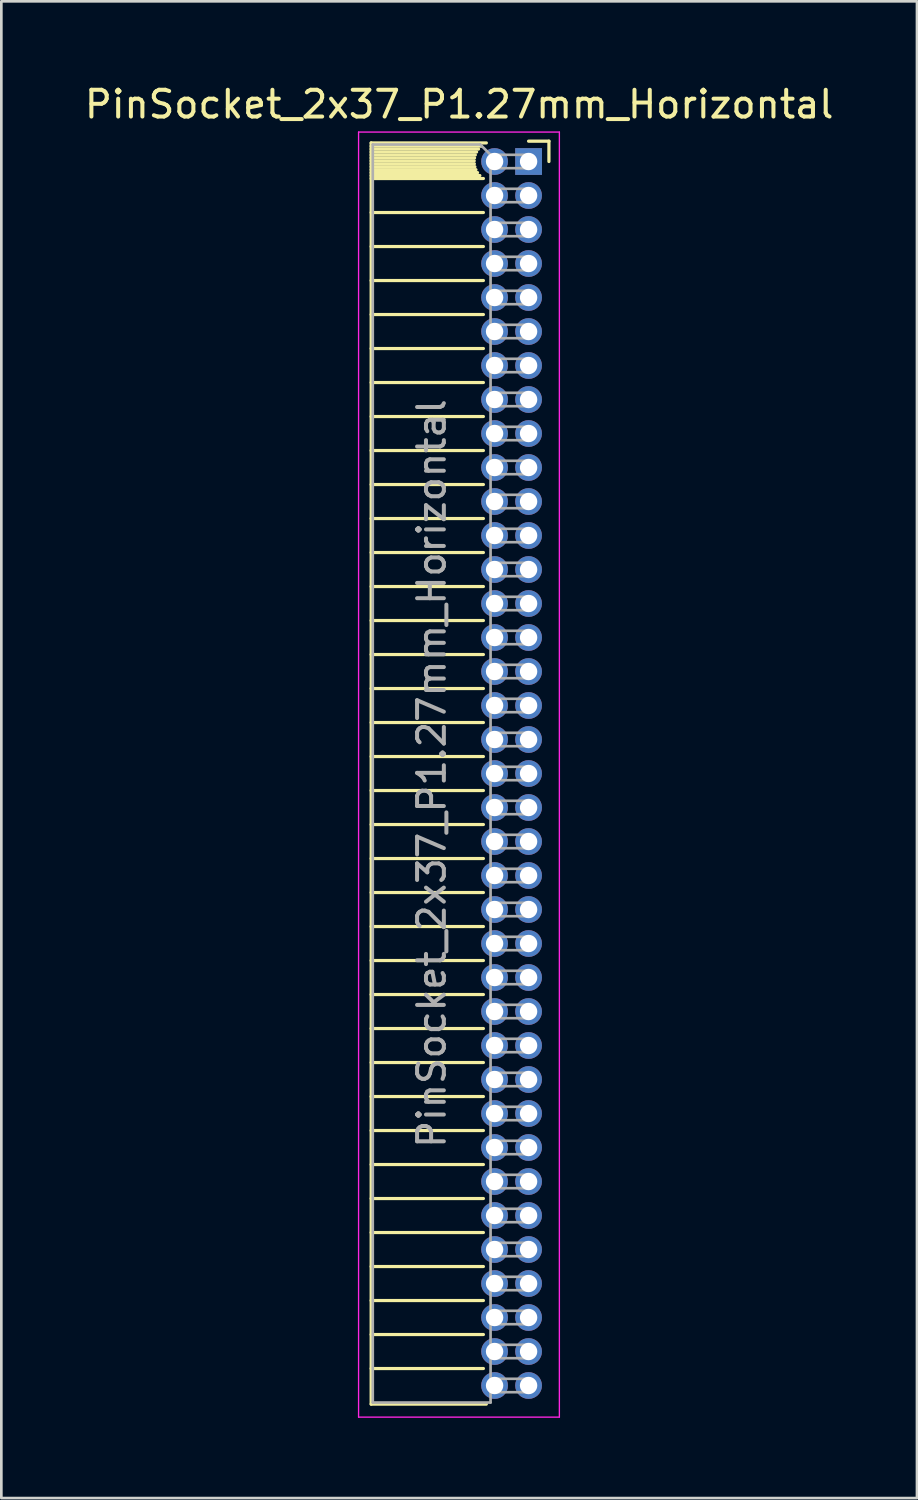
<source format=kicad_pcb>
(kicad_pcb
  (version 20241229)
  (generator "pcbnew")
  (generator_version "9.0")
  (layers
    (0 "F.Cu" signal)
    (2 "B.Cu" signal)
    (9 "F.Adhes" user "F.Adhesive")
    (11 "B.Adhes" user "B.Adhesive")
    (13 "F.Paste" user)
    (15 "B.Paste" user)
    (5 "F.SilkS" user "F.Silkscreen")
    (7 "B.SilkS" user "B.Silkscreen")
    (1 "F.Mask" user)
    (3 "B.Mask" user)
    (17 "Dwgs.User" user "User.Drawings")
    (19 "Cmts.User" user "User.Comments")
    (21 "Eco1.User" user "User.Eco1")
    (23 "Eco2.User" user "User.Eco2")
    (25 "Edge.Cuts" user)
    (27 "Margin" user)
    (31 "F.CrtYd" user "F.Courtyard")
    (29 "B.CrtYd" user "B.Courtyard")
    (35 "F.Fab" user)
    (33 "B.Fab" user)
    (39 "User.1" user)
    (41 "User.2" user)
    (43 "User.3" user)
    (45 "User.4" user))
  (footprint "PinSocket_2x37_P1.27mm_Horizontal"
    (layer "F.Cu")
    (at 16.694 2.983)
    (property "Reference" "PinSocket_2x37_P1.27mm_Horizontal" (at -2.592 -2.135 0) (layer "F.SilkS") (effects (font (size 1 1) (thickness 0.15))))
    (attr through_hole)
    (fp_line (start -5.88 -0.695) (end -5.88 46.415) (stroke (width 0.12) (type solid)) (layer "F.SilkS"))
    (fp_line (start -5.88 -0.695) (end -1.578 -0.695) (stroke (width 0.12) (type solid)) (layer "F.SilkS"))
    (fp_line (start -5.88 -0.575) (end -1.767 -0.575) (stroke (width 0.12) (type solid)) (layer "F.SilkS"))
    (fp_line (start -5.88 -0.465) (end -1.871 -0.465) (stroke (width 0.12) (type solid)) (layer "F.SilkS"))
    (fp_line (start -5.88 -0.355) (end -1.942 -0.355) (stroke (width 0.12) (type solid)) (layer "F.SilkS"))
    (fp_line (start -5.88 -0.245) (end -1.989 -0.245) (stroke (width 0.12) (type solid)) (layer "F.SilkS"))
    (fp_line (start -5.88 -0.135) (end -2.018 -0.135) (stroke (width 0.12) (type solid)) (layer "F.SilkS"))
    (fp_line (start -5.88 -0.025) (end -2.03 -0.025) (stroke (width 0.12) (type solid)) (layer "F.SilkS"))
    (fp_line (start -5.88 0.085) (end -2.025 0.085) (stroke (width 0.12) (type solid)) (layer "F.SilkS"))
    (fp_line (start -5.88 0.195) (end -2.005 0.195) (stroke (width 0.12) (type solid)) (layer "F.SilkS"))
    (fp_line (start -5.88 0.305) (end -1.966 0.305) (stroke (width 0.12) (type solid)) (layer "F.SilkS"))
    (fp_line (start -5.88 0.415) (end -1.907 0.415) (stroke (width 0.12) (type solid)) (layer "F.SilkS"))
    (fp_line (start -5.88 0.525) (end -1.82 0.525) (stroke (width 0.12) (type solid)) (layer "F.SilkS"))
    (fp_line (start -5.88 0.635) (end -1.688 0.635) (stroke (width 0.12) (type solid)) (layer "F.SilkS"))
    (fp_line (start -5.88 1.905) (end -1.688 1.905) (stroke (width 0.12) (type solid)) (layer "F.SilkS"))
    (fp_line (start -5.88 3.175) (end -1.688 3.175) (stroke (width 0.12) (type solid)) (layer "F.SilkS"))
    (fp_line (start -5.88 4.445) (end -1.688 4.445) (stroke (width 0.12) (type solid)) (layer "F.SilkS"))
    (fp_line (start -5.88 5.715) (end -1.688 5.715) (stroke (width 0.12) (type solid)) (layer "F.SilkS"))
    (fp_line (start -5.88 6.985) (end -1.688 6.985) (stroke (width 0.12) (type solid)) (layer "F.SilkS"))
    (fp_line (start -5.88 8.255) (end -1.688 8.255) (stroke (width 0.12) (type solid)) (layer "F.SilkS"))
    (fp_line (start -5.88 9.525) (end -1.688 9.525) (stroke (width 0.12) (type solid)) (layer "F.SilkS"))
    (fp_line (start -5.88 10.795) (end -1.688 10.795) (stroke (width 0.12) (type solid)) (layer "F.SilkS"))
    (fp_line (start -5.88 12.065) (end -1.688 12.065) (stroke (width 0.12) (type solid)) (layer "F.SilkS"))
    (fp_line (start -5.88 13.335) (end -1.688 13.335) (stroke (width 0.12) (type solid)) (layer "F.SilkS"))
    (fp_line (start -5.88 14.605) (end -1.688 14.605) (stroke (width 0.12) (type solid)) (layer "F.SilkS"))
    (fp_line (start -5.88 15.875) (end -1.688 15.875) (stroke (width 0.12) (type solid)) (layer "F.SilkS"))
    (fp_line (start -5.88 17.145) (end -1.688 17.145) (stroke (width 0.12) (type solid)) (layer "F.SilkS"))
    (fp_line (start -5.88 18.415) (end -1.688 18.415) (stroke (width 0.12) (type solid)) (layer "F.SilkS"))
    (fp_line (start -5.88 19.685) (end -1.688 19.685) (stroke (width 0.12) (type solid)) (layer "F.SilkS"))
    (fp_line (start -5.88 20.955) (end -1.688 20.955) (stroke (width 0.12) (type solid)) (layer "F.SilkS"))
    (fp_line (start -5.88 22.225) (end -1.688 22.225) (stroke (width 0.12) (type solid)) (layer "F.SilkS"))
    (fp_line (start -5.88 23.495) (end -1.688 23.495) (stroke (width 0.12) (type solid)) (layer "F.SilkS"))
    (fp_line (start -5.88 24.765) (end -1.688 24.765) (stroke (width 0.12) (type solid)) (layer "F.SilkS"))
    (fp_line (start -5.88 26.035) (end -1.688 26.035) (stroke (width 0.12) (type solid)) (layer "F.SilkS"))
    (fp_line (start -5.88 27.305) (end -1.688 27.305) (stroke (width 0.12) (type solid)) (layer "F.SilkS"))
    (fp_line (start -5.88 28.575) (end -1.688 28.575) (stroke (width 0.12) (type solid)) (layer "F.SilkS"))
    (fp_line (start -5.88 29.845) (end -1.688 29.845) (stroke (width 0.12) (type solid)) (layer "F.SilkS"))
    (fp_line (start -5.88 31.115) (end -1.688 31.115) (stroke (width 0.12) (type solid)) (layer "F.SilkS"))
    (fp_line (start -5.88 32.385) (end -1.688 32.385) (stroke (width 0.12) (type solid)) (layer "F.SilkS"))
    (fp_line (start -5.88 33.655) (end -1.688 33.655) (stroke (width 0.12) (type solid)) (layer "F.SilkS"))
    (fp_line (start -5.88 34.925) (end -1.688 34.925) (stroke (width 0.12) (type solid)) (layer "F.SilkS"))
    (fp_line (start -5.88 36.195) (end -1.688 36.195) (stroke (width 0.12) (type solid)) (layer "F.SilkS"))
    (fp_line (start -5.88 37.465) (end -1.688 37.465) (stroke (width 0.12) (type solid)) (layer "F.SilkS"))
    (fp_line (start -5.88 38.735) (end -1.688 38.735) (stroke (width 0.12) (type solid)) (layer "F.SilkS"))
    (fp_line (start -5.88 40.005) (end -1.688 40.005) (stroke (width 0.12) (type solid)) (layer "F.SilkS"))
    (fp_line (start -5.88 41.275) (end -1.688 41.275) (stroke (width 0.12) (type solid)) (layer "F.SilkS"))
    (fp_line (start -5.88 42.545) (end -1.688 42.545) (stroke (width 0.12) (type solid)) (layer "F.SilkS"))
    (fp_line (start -5.88 43.815) (end -1.688 43.815) (stroke (width 0.12) (type solid)) (layer "F.SilkS"))
    (fp_line (start -5.88 45.085) (end -1.688 45.085) (stroke (width 0.12) (type solid)) (layer "F.SilkS"))
    (fp_line (start -5.88 46.415) (end -1.578 46.415) (stroke (width 0.12) (type solid)) (layer "F.SilkS"))
    (fp_line (start 0 -0.76) (end 0.76 -0.76) (stroke (width 0.12) (type solid)) (layer "F.SilkS"))
    (fp_line (start 0.76 -0.76) (end 0.76 0) (stroke (width 0.12) (type solid)) (layer "F.SilkS"))
    (fp_line (start -6.35 -1.1) (end -6.35 46.9) (stroke (width 0.05) (type solid)) (layer "F.CrtYd"))
    (fp_line (start -6.35 46.9) (end 1.15 46.9) (stroke (width 0.05) (type solid)) (layer "F.CrtYd"))
    (fp_line (start 1.15 -1.1) (end -6.35 -1.1) (stroke (width 0.05) (type solid)) (layer "F.CrtYd"))
    (fp_line (start 1.15 46.9) (end 1.15 -1.1) (stroke (width 0.05) (type solid)) (layer "F.CrtYd"))
    (fp_line (start -5.82 -0.635) (end -1.805 -0.635) (stroke (width 0.1) (type solid)) (layer "F.Fab"))
    (fp_line (start -5.82 46.355) (end -5.82 -0.635) (stroke (width 0.1) (type solid)) (layer "F.Fab"))
    (fp_line (start -1.805 -0.635) (end -1.42 -0.25) (stroke (width 0.1) (type solid)) (layer "F.Fab"))
    (fp_line (start -1.42 -0.25) (end -1.42 46.355) (stroke (width 0.1) (type solid)) (layer "F.Fab"))
    (fp_line (start -1.42 0.25) (end 0 0.25) (stroke (width 0.1) (type solid)) (layer "F.Fab"))
    (fp_line (start -1.42 1.52) (end 0 1.52) (stroke (width 0.1) (type solid)) (layer "F.Fab"))
    (fp_line (start -1.42 2.79) (end 0 2.79) (stroke (width 0.1) (type solid)) (layer "F.Fab"))
    (fp_line (start -1.42 4.06) (end 0 4.06) (stroke (width 0.1) (type solid)) (layer "F.Fab"))
    (fp_line (start -1.42 5.33) (end 0 5.33) (stroke (width 0.1) (type solid)) (layer "F.Fab"))
    (fp_line (start -1.42 6.6) (end 0 6.6) (stroke (width 0.1) (type solid)) (layer "F.Fab"))
    (fp_line (start -1.42 7.87) (end 0 7.87) (stroke (width 0.1) (type solid)) (layer "F.Fab"))
    (fp_line (start -1.42 9.14) (end 0 9.14) (stroke (width 0.1) (type solid)) (layer "F.Fab"))
    (fp_line (start -1.42 10.41) (end 0 10.41) (stroke (width 0.1) (type solid)) (layer "F.Fab"))
    (fp_line (start -1.42 11.68) (end 0 11.68) (stroke (width 0.1) (type solid)) (layer "F.Fab"))
    (fp_line (start -1.42 12.95) (end 0 12.95) (stroke (width 0.1) (type solid)) (layer "F.Fab"))
    (fp_line (start -1.42 14.22) (end 0 14.22) (stroke (width 0.1) (type solid)) (layer "F.Fab"))
    (fp_line (start -1.42 15.49) (end 0 15.49) (stroke (width 0.1) (type solid)) (layer "F.Fab"))
    (fp_line (start -1.42 16.76) (end 0 16.76) (stroke (width 0.1) (type solid)) (layer "F.Fab"))
    (fp_line (start -1.42 18.03) (end 0 18.03) (stroke (width 0.1) (type solid)) (layer "F.Fab"))
    (fp_line (start -1.42 19.3) (end 0 19.3) (stroke (width 0.1) (type solid)) (layer "F.Fab"))
    (fp_line (start -1.42 20.57) (end 0 20.57) (stroke (width 0.1) (type solid)) (layer "F.Fab"))
    (fp_line (start -1.42 21.84) (end 0 21.84) (stroke (width 0.1) (type solid)) (layer "F.Fab"))
    (fp_line (start -1.42 23.11) (end 0 23.11) (stroke (width 0.1) (type solid)) (layer "F.Fab"))
    (fp_line (start -1.42 24.38) (end 0 24.38) (stroke (width 0.1) (type solid)) (layer "F.Fab"))
    (fp_line (start -1.42 25.65) (end 0 25.65) (stroke (width 0.1) (type solid)) (layer "F.Fab"))
    (fp_line (start -1.42 26.92) (end 0 26.92) (stroke (width 0.1) (type solid)) (layer "F.Fab"))
    (fp_line (start -1.42 28.19) (end 0 28.19) (stroke (width 0.1) (type solid)) (layer "F.Fab"))
    (fp_line (start -1.42 29.46) (end 0 29.46) (stroke (width 0.1) (type solid)) (layer "F.Fab"))
    (fp_line (start -1.42 30.73) (end 0 30.73) (stroke (width 0.1) (type solid)) (layer "F.Fab"))
    (fp_line (start -1.42 32) (end 0 32) (stroke (width 0.1) (type solid)) (layer "F.Fab"))
    (fp_line (start -1.42 33.27) (end 0 33.27) (stroke (width 0.1) (type solid)) (layer "F.Fab"))
    (fp_line (start -1.42 34.54) (end 0 34.54) (stroke (width 0.1) (type solid)) (layer "F.Fab"))
    (fp_line (start -1.42 35.81) (end 0 35.81) (stroke (width 0.1) (type solid)) (layer "F.Fab"))
    (fp_line (start -1.42 37.08) (end 0 37.08) (stroke (width 0.1) (type solid)) (layer "F.Fab"))
    (fp_line (start -1.42 38.35) (end 0 38.35) (stroke (width 0.1) (type solid)) (layer "F.Fab"))
    (fp_line (start -1.42 39.62) (end 0 39.62) (stroke (width 0.1) (type solid)) (layer "F.Fab"))
    (fp_line (start -1.42 40.89) (end 0 40.89) (stroke (width 0.1) (type solid)) (layer "F.Fab"))
    (fp_line (start -1.42 42.16) (end 0 42.16) (stroke (width 0.1) (type solid)) (layer "F.Fab"))
    (fp_line (start -1.42 43.43) (end 0 43.43) (stroke (width 0.1) (type solid)) (layer "F.Fab"))
    (fp_line (start -1.42 44.7) (end 0 44.7) (stroke (width 0.1) (type solid)) (layer "F.Fab"))
    (fp_line (start -1.42 45.97) (end 0 45.97) (stroke (width 0.1) (type solid)) (layer "F.Fab"))
    (fp_line (start -1.42 46.355) (end -5.82 46.355) (stroke (width 0.1) (type solid)) (layer "F.Fab"))
    (fp_line (start 0 -0.25) (end -1.42 -0.25) (stroke (width 0.1) (type solid)) (layer "F.Fab"))
    (fp_line (start 0 0.25) (end 0 -0.25) (stroke (width 0.1) (type solid)) (layer "F.Fab"))
    (fp_line (start 0 1.02) (end -1.42 1.02) (stroke (width 0.1) (type solid)) (layer "F.Fab"))
    (fp_line (start 0 1.52) (end 0 1.02) (stroke (width 0.1) (type solid)) (layer "F.Fab"))
    (fp_line (start 0 2.29) (end -1.42 2.29) (stroke (width 0.1) (type solid)) (layer "F.Fab"))
    (fp_line (start 0 2.79) (end 0 2.29) (stroke (width 0.1) (type solid)) (layer "F.Fab"))
    (fp_line (start 0 3.56) (end -1.42 3.56) (stroke (width 0.1) (type solid)) (layer "F.Fab"))
    (fp_line (start 0 4.06) (end 0 3.56) (stroke (width 0.1) (type solid)) (layer "F.Fab"))
    (fp_line (start 0 4.83) (end -1.42 4.83) (stroke (width 0.1) (type solid)) (layer "F.Fab"))
    (fp_line (start 0 5.33) (end 0 4.83) (stroke (width 0.1) (type solid)) (layer "F.Fab"))
    (fp_line (start 0 6.1) (end -1.42 6.1) (stroke (width 0.1) (type solid)) (layer "F.Fab"))
    (fp_line (start 0 6.6) (end 0 6.1) (stroke (width 0.1) (type solid)) (layer "F.Fab"))
    (fp_line (start 0 7.37) (end -1.42 7.37) (stroke (width 0.1) (type solid)) (layer "F.Fab"))
    (fp_line (start 0 7.87) (end 0 7.37) (stroke (width 0.1) (type solid)) (layer "F.Fab"))
    (fp_line (start 0 8.64) (end -1.42 8.64) (stroke (width 0.1) (type solid)) (layer "F.Fab"))
    (fp_line (start 0 9.14) (end 0 8.64) (stroke (width 0.1) (type solid)) (layer "F.Fab"))
    (fp_line (start 0 9.91) (end -1.42 9.91) (stroke (width 0.1) (type solid)) (layer "F.Fab"))
    (fp_line (start 0 10.41) (end 0 9.91) (stroke (width 0.1) (type solid)) (layer "F.Fab"))
    (fp_line (start 0 11.18) (end -1.42 11.18) (stroke (width 0.1) (type solid)) (layer "F.Fab"))
    (fp_line (start 0 11.68) (end 0 11.18) (stroke (width 0.1) (type solid)) (layer "F.Fab"))
    (fp_line (start 0 12.45) (end -1.42 12.45) (stroke (width 0.1) (type solid)) (layer "F.Fab"))
    (fp_line (start 0 12.95) (end 0 12.45) (stroke (width 0.1) (type solid)) (layer "F.Fab"))
    (fp_line (start 0 13.72) (end -1.42 13.72) (stroke (width 0.1) (type solid)) (layer "F.Fab"))
    (fp_line (start 0 14.22) (end 0 13.72) (stroke (width 0.1) (type solid)) (layer "F.Fab"))
    (fp_line (start 0 14.99) (end -1.42 14.99) (stroke (width 0.1) (type solid)) (layer "F.Fab"))
    (fp_line (start 0 15.49) (end 0 14.99) (stroke (width 0.1) (type solid)) (layer "F.Fab"))
    (fp_line (start 0 16.26) (end -1.42 16.26) (stroke (width 0.1) (type solid)) (layer "F.Fab"))
    (fp_line (start 0 16.76) (end 0 16.26) (stroke (width 0.1) (type solid)) (layer "F.Fab"))
    (fp_line (start 0 17.53) (end -1.42 17.53) (stroke (width 0.1) (type solid)) (layer "F.Fab"))
    (fp_line (start 0 18.03) (end 0 17.53) (stroke (width 0.1) (type solid)) (layer "F.Fab"))
    (fp_line (start 0 18.8) (end -1.42 18.8) (stroke (width 0.1) (type solid)) (layer "F.Fab"))
    (fp_line (start 0 19.3) (end 0 18.8) (stroke (width 0.1) (type solid)) (layer "F.Fab"))
    (fp_line (start 0 20.07) (end -1.42 20.07) (stroke (width 0.1) (type solid)) (layer "F.Fab"))
    (fp_line (start 0 20.57) (end 0 20.07) (stroke (width 0.1) (type solid)) (layer "F.Fab"))
    (fp_line (start 0 21.34) (end -1.42 21.34) (stroke (width 0.1) (type solid)) (layer "F.Fab"))
    (fp_line (start 0 21.84) (end 0 21.34) (stroke (width 0.1) (type solid)) (layer "F.Fab"))
    (fp_line (start 0 22.61) (end -1.42 22.61) (stroke (width 0.1) (type solid)) (layer "F.Fab"))
    (fp_line (start 0 23.11) (end 0 22.61) (stroke (width 0.1) (type solid)) (layer "F.Fab"))
    (fp_line (start 0 23.88) (end -1.42 23.88) (stroke (width 0.1) (type solid)) (layer "F.Fab"))
    (fp_line (start 0 24.38) (end 0 23.88) (stroke (width 0.1) (type solid)) (layer "F.Fab"))
    (fp_line (start 0 25.15) (end -1.42 25.15) (stroke (width 0.1) (type solid)) (layer "F.Fab"))
    (fp_line (start 0 25.65) (end 0 25.15) (stroke (width 0.1) (type solid)) (layer "F.Fab"))
    (fp_line (start 0 26.42) (end -1.42 26.42) (stroke (width 0.1) (type solid)) (layer "F.Fab"))
    (fp_line (start 0 26.92) (end 0 26.42) (stroke (width 0.1) (type solid)) (layer "F.Fab"))
    (fp_line (start 0 27.69) (end -1.42 27.69) (stroke (width 0.1) (type solid)) (layer "F.Fab"))
    (fp_line (start 0 28.19) (end 0 27.69) (stroke (width 0.1) (type solid)) (layer "F.Fab"))
    (fp_line (start 0 28.96) (end -1.42 28.96) (stroke (width 0.1) (type solid)) (layer "F.Fab"))
    (fp_line (start 0 29.46) (end 0 28.96) (stroke (width 0.1) (type solid)) (layer "F.Fab"))
    (fp_line (start 0 30.23) (end -1.42 30.23) (stroke (width 0.1) (type solid)) (layer "F.Fab"))
    (fp_line (start 0 30.73) (end 0 30.23) (stroke (width 0.1) (type solid)) (layer "F.Fab"))
    (fp_line (start 0 31.5) (end -1.42 31.5) (stroke (width 0.1) (type solid)) (layer "F.Fab"))
    (fp_line (start 0 32) (end 0 31.5) (stroke (width 0.1) (type solid)) (layer "F.Fab"))
    (fp_line (start 0 32.77) (end -1.42 32.77) (stroke (width 0.1) (type solid)) (layer "F.Fab"))
    (fp_line (start 0 33.27) (end 0 32.77) (stroke (width 0.1) (type solid)) (layer "F.Fab"))
    (fp_line (start 0 34.04) (end -1.42 34.04) (stroke (width 0.1) (type solid)) (layer "F.Fab"))
    (fp_line (start 0 34.54) (end 0 34.04) (stroke (width 0.1) (type solid)) (layer "F.Fab"))
    (fp_line (start 0 35.31) (end -1.42 35.31) (stroke (width 0.1) (type solid)) (layer "F.Fab"))
    (fp_line (start 0 35.81) (end 0 35.31) (stroke (width 0.1) (type solid)) (layer "F.Fab"))
    (fp_line (start 0 36.58) (end -1.42 36.58) (stroke (width 0.1) (type solid)) (layer "F.Fab"))
    (fp_line (start 0 37.08) (end 0 36.58) (stroke (width 0.1) (type solid)) (layer "F.Fab"))
    (fp_line (start 0 37.85) (end -1.42 37.85) (stroke (width 0.1) (type solid)) (layer "F.Fab"))
    (fp_line (start 0 38.35) (end 0 37.85) (stroke (width 0.1) (type solid)) (layer "F.Fab"))
    (fp_line (start 0 39.12) (end -1.42 39.12) (stroke (width 0.1) (type solid)) (layer "F.Fab"))
    (fp_line (start 0 39.62) (end 0 39.12) (stroke (width 0.1) (type solid)) (layer "F.Fab"))
    (fp_line (start 0 40.39) (end -1.42 40.39) (stroke (width 0.1) (type solid)) (layer "F.Fab"))
    (fp_line (start 0 40.89) (end 0 40.39) (stroke (width 0.1) (type solid)) (layer "F.Fab"))
    (fp_line (start 0 41.66) (end -1.42 41.66) (stroke (width 0.1) (type solid)) (layer "F.Fab"))
    (fp_line (start 0 42.16) (end 0 41.66) (stroke (width 0.1) (type solid)) (layer "F.Fab"))
    (fp_line (start 0 42.93) (end -1.42 42.93) (stroke (width 0.1) (type solid)) (layer "F.Fab"))
    (fp_line (start 0 43.43) (end 0 42.93) (stroke (width 0.1) (type solid)) (layer "F.Fab"))
    (fp_line (start 0 44.2) (end -1.42 44.2) (stroke (width 0.1) (type solid)) (layer "F.Fab"))
    (fp_line (start 0 44.7) (end 0 44.2) (stroke (width 0.1) (type solid)) (layer "F.Fab"))
    (fp_line (start 0 45.47) (end -1.42 45.47) (stroke (width 0.1) (type solid)) (layer "F.Fab"))
    (fp_line (start 0 45.97) (end 0 45.47) (stroke (width 0.1) (type solid)) (layer "F.Fab"))
    (fp_text user "${REFERENCE}" (at -3.62 22.86 90) (layer "F.Fab") (effects (font (size 1 1) (thickness 0.15))))
    (pad "1" thru_hole rect (at 0 0) (size 1 1) (drill 0.65) (layers "*.Cu" "*.Mask"))
    (pad "2" thru_hole oval (at -1.27 0) (size 1 1) (drill 0.65) (layers "*.Cu" "*.Mask"))
    (pad "3" thru_hole oval (at 0 1.27) (size 1 1) (drill 0.65) (layers "*.Cu" "*.Mask"))
    (pad "4" thru_hole oval (at -1.27 1.27) (size 1 1) (drill 0.65) (layers "*.Cu" "*.Mask"))
    (pad "5" thru_hole oval (at 0 2.54) (size 1 1) (drill 0.65) (layers "*.Cu" "*.Mask"))
    (pad "6" thru_hole oval (at -1.27 2.54) (size 1 1) (drill 0.65) (layers "*.Cu" "*.Mask"))
    (pad "7" thru_hole oval (at 0 3.81) (size 1 1) (drill 0.65) (layers "*.Cu" "*.Mask"))
    (pad "8" thru_hole oval (at -1.27 3.81) (size 1 1) (drill 0.65) (layers "*.Cu" "*.Mask"))
    (pad "9" thru_hole oval (at 0 5.08) (size 1 1) (drill 0.65) (layers "*.Cu" "*.Mask"))
    (pad "10" thru_hole oval (at -1.27 5.08) (size 1 1) (drill 0.65) (layers "*.Cu" "*.Mask"))
    (pad "11" thru_hole oval (at 0 6.35) (size 1 1) (drill 0.65) (layers "*.Cu" "*.Mask"))
    (pad "12" thru_hole oval (at -1.27 6.35) (size 1 1) (drill 0.65) (layers "*.Cu" "*.Mask"))
    (pad "13" thru_hole oval (at 0 7.62) (size 1 1) (drill 0.65) (layers "*.Cu" "*.Mask"))
    (pad "14" thru_hole oval (at -1.27 7.62) (size 1 1) (drill 0.65) (layers "*.Cu" "*.Mask"))
    (pad "15" thru_hole oval (at 0 8.89) (size 1 1) (drill 0.65) (layers "*.Cu" "*.Mask"))
    (pad "16" thru_hole oval (at -1.27 8.89) (size 1 1) (drill 0.65) (layers "*.Cu" "*.Mask"))
    (pad "17" thru_hole oval (at 0 10.16) (size 1 1) (drill 0.65) (layers "*.Cu" "*.Mask"))
    (pad "18" thru_hole oval (at -1.27 10.16) (size 1 1) (drill 0.65) (layers "*.Cu" "*.Mask"))
    (pad "19" thru_hole oval (at 0 11.43) (size 1 1) (drill 0.65) (layers "*.Cu" "*.Mask"))
    (pad "20" thru_hole oval (at -1.27 11.43) (size 1 1) (drill 0.65) (layers "*.Cu" "*.Mask"))
    (pad "21" thru_hole oval (at 0 12.7) (size 1 1) (drill 0.65) (layers "*.Cu" "*.Mask"))
    (pad "22" thru_hole oval (at -1.27 12.7) (size 1 1) (drill 0.65) (layers "*.Cu" "*.Mask"))
    (pad "23" thru_hole oval (at 0 13.97) (size 1 1) (drill 0.65) (layers "*.Cu" "*.Mask"))
    (pad "24" thru_hole oval (at -1.27 13.97) (size 1 1) (drill 0.65) (layers "*.Cu" "*.Mask"))
    (pad "25" thru_hole oval (at 0 15.24) (size 1 1) (drill 0.65) (layers "*.Cu" "*.Mask"))
    (pad "26" thru_hole oval (at -1.27 15.24) (size 1 1) (drill 0.65) (layers "*.Cu" "*.Mask"))
    (pad "27" thru_hole oval (at 0 16.51) (size 1 1) (drill 0.65) (layers "*.Cu" "*.Mask"))
    (pad "28" thru_hole oval (at -1.27 16.51) (size 1 1) (drill 0.65) (layers "*.Cu" "*.Mask"))
    (pad "29" thru_hole oval (at 0 17.78) (size 1 1) (drill 0.65) (layers "*.Cu" "*.Mask"))
    (pad "30" thru_hole oval (at -1.27 17.78) (size 1 1) (drill 0.65) (layers "*.Cu" "*.Mask"))
    (pad "31" thru_hole oval (at 0 19.05) (size 1 1) (drill 0.65) (layers "*.Cu" "*.Mask"))
    (pad "32" thru_hole oval (at -1.27 19.05) (size 1 1) (drill 0.65) (layers "*.Cu" "*.Mask"))
    (pad "33" thru_hole oval (at 0 20.32) (size 1 1) (drill 0.65) (layers "*.Cu" "*.Mask"))
    (pad "34" thru_hole oval (at -1.27 20.32) (size 1 1) (drill 0.65) (layers "*.Cu" "*.Mask"))
    (pad "35" thru_hole oval (at 0 21.59) (size 1 1) (drill 0.65) (layers "*.Cu" "*.Mask"))
    (pad "36" thru_hole oval (at -1.27 21.59) (size 1 1) (drill 0.65) (layers "*.Cu" "*.Mask"))
    (pad "37" thru_hole oval (at 0 22.86) (size 1 1) (drill 0.65) (layers "*.Cu" "*.Mask"))
    (pad "38" thru_hole oval (at -1.27 22.86) (size 1 1) (drill 0.65) (layers "*.Cu" "*.Mask"))
    (pad "39" thru_hole oval (at 0 24.13) (size 1 1) (drill 0.65) (layers "*.Cu" "*.Mask"))
    (pad "40" thru_hole oval (at -1.27 24.13) (size 1 1) (drill 0.65) (layers "*.Cu" "*.Mask"))
    (pad "41" thru_hole oval (at 0 25.4) (size 1 1) (drill 0.65) (layers "*.Cu" "*.Mask"))
    (pad "42" thru_hole oval (at -1.27 25.4) (size 1 1) (drill 0.65) (layers "*.Cu" "*.Mask"))
    (pad "43" thru_hole oval (at 0 26.67) (size 1 1) (drill 0.65) (layers "*.Cu" "*.Mask"))
    (pad "44" thru_hole oval (at -1.27 26.67) (size 1 1) (drill 0.65) (layers "*.Cu" "*.Mask"))
    (pad "45" thru_hole oval (at 0 27.94) (size 1 1) (drill 0.65) (layers "*.Cu" "*.Mask"))
    (pad "46" thru_hole oval (at -1.27 27.94) (size 1 1) (drill 0.65) (layers "*.Cu" "*.Mask"))
    (pad "47" thru_hole oval (at 0 29.21) (size 1 1) (drill 0.65) (layers "*.Cu" "*.Mask"))
    (pad "48" thru_hole oval (at -1.27 29.21) (size 1 1) (drill 0.65) (layers "*.Cu" "*.Mask"))
    (pad "49" thru_hole oval (at 0 30.48) (size 1 1) (drill 0.65) (layers "*.Cu" "*.Mask"))
    (pad "50" thru_hole oval (at -1.27 30.48) (size 1 1) (drill 0.65) (layers "*.Cu" "*.Mask"))
    (pad "51" thru_hole oval (at 0 31.75) (size 1 1) (drill 0.65) (layers "*.Cu" "*.Mask"))
    (pad "52" thru_hole oval (at -1.27 31.75) (size 1 1) (drill 0.65) (layers "*.Cu" "*.Mask"))
    (pad "53" thru_hole oval (at 0 33.02) (size 1 1) (drill 0.65) (layers "*.Cu" "*.Mask"))
    (pad "54" thru_hole oval (at -1.27 33.02) (size 1 1) (drill 0.65) (layers "*.Cu" "*.Mask"))
    (pad "55" thru_hole oval (at 0 34.29) (size 1 1) (drill 0.65) (layers "*.Cu" "*.Mask"))
    (pad "56" thru_hole oval (at -1.27 34.29) (size 1 1) (drill 0.65) (layers "*.Cu" "*.Mask"))
    (pad "57" thru_hole oval (at 0 35.56) (size 1 1) (drill 0.65) (layers "*.Cu" "*.Mask"))
    (pad "58" thru_hole oval (at -1.27 35.56) (size 1 1) (drill 0.65) (layers "*.Cu" "*.Mask"))
    (pad "59" thru_hole oval (at 0 36.83) (size 1 1) (drill 0.65) (layers "*.Cu" "*.Mask"))
    (pad "60" thru_hole oval (at -1.27 36.83) (size 1 1) (drill 0.65) (layers "*.Cu" "*.Mask"))
    (pad "61" thru_hole oval (at 0 38.1) (size 1 1) (drill 0.65) (layers "*.Cu" "*.Mask"))
    (pad "62" thru_hole oval (at -1.27 38.1) (size 1 1) (drill 0.65) (layers "*.Cu" "*.Mask"))
    (pad "63" thru_hole oval (at 0 39.37) (size 1 1) (drill 0.65) (layers "*.Cu" "*.Mask"))
    (pad "64" thru_hole oval (at -1.27 39.37) (size 1 1) (drill 0.65) (layers "*.Cu" "*.Mask"))
    (pad "65" thru_hole oval (at 0 40.64) (size 1 1) (drill 0.65) (layers "*.Cu" "*.Mask"))
    (pad "66" thru_hole oval (at -1.27 40.64) (size 1 1) (drill 0.65) (layers "*.Cu" "*.Mask"))
    (pad "67" thru_hole oval (at 0 41.91) (size 1 1) (drill 0.65) (layers "*.Cu" "*.Mask"))
    (pad "68" thru_hole oval (at -1.27 41.91) (size 1 1) (drill 0.65) (layers "*.Cu" "*.Mask"))
    (pad "69" thru_hole oval (at 0 43.18) (size 1 1) (drill 0.65) (layers "*.Cu" "*.Mask"))
    (pad "70" thru_hole oval (at -1.27 43.18) (size 1 1) (drill 0.65) (layers "*.Cu" "*.Mask"))
    (pad "71" thru_hole oval (at 0 44.45) (size 1 1) (drill 0.65) (layers "*.Cu" "*.Mask"))
    (pad "72" thru_hole oval (at -1.27 44.45) (size 1 1) (drill 0.65) (layers "*.Cu" "*.Mask"))
    (pad "73" thru_hole oval (at 0 45.72) (size 1 1) (drill 0.65) (layers "*.Cu" "*.Mask"))
    (pad "74" thru_hole oval (at -1.27 45.72) (size 1 1) (drill 0.65) (layers "*.Cu" "*.Mask")))
  (gr_rect
    (start -3 -3)
    (end 31.202 52.908)
    (stroke (width 0.1) (type default))
    (fill no)
    (layer "Edge.Cuts")))
</source>
